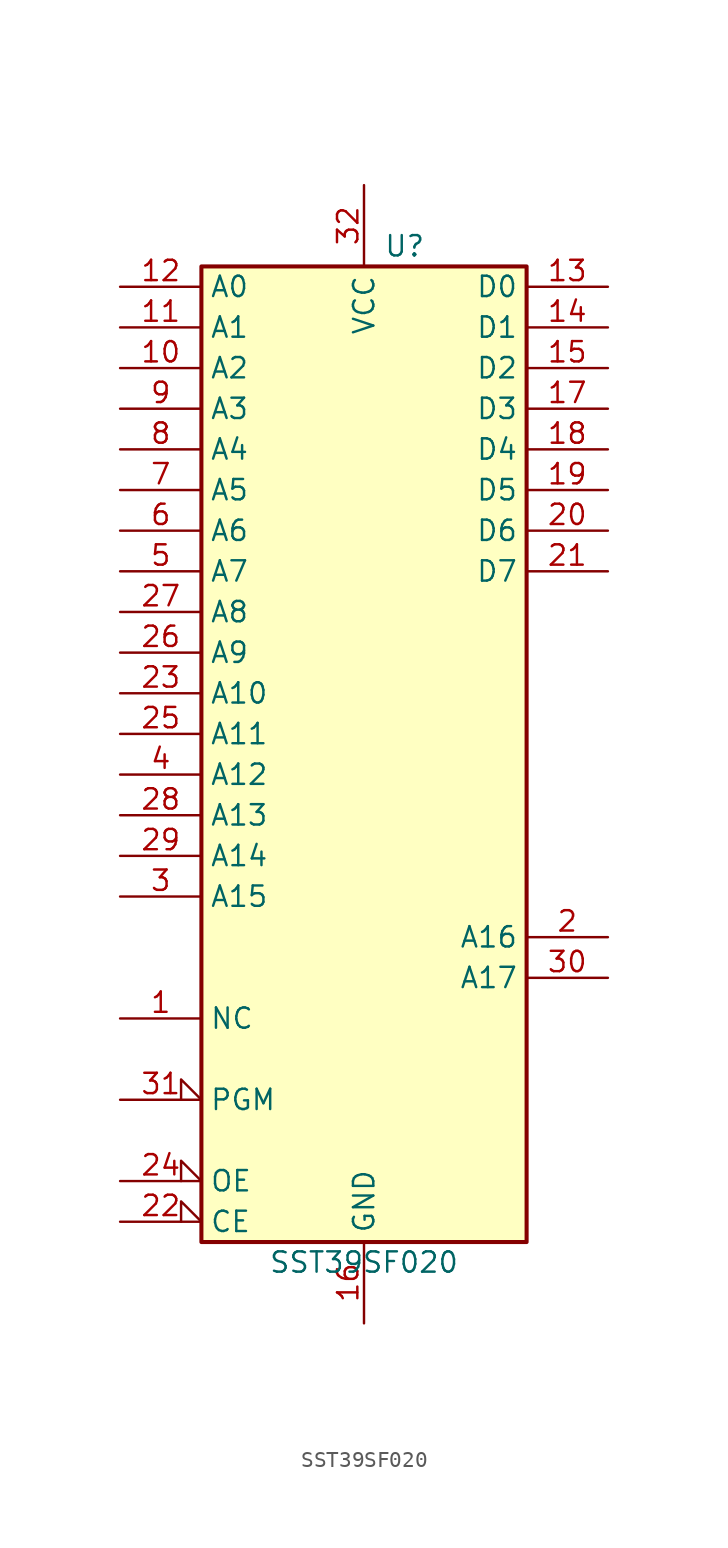
<source format=kicad_sym>
(kicad_symbol_lib
  (version 20220914)
  (generator kicad_symbol_editor)
  (symbol "SST39SF020"
    (property "Reference" "U"
      (at 2.54 33.02 0)
      (effects (font (size 1.27 1.27))))
    (property "Value" "SST39SF020"
      (at 0 -30.48 0)
      (effects (font (size 1.27 1.27))))
    (symbol "SST39SF020_0_0"
      (pin power_in line (at 0 -34.29 90) (length 5.08) (name "GND" (effects (font (size 1.27 1.27)))) (number "16" (effects (font (size 1.27 1.27)))))
      (pin power_in line (at 0 36.83 270) (length 5.08) (name "VCC" (effects (font (size 1.27 1.27)))) (number "32" (effects (font (size 1.27 1.27))))))
    (symbol "SST39SF020_0_1"
      (rectangle (start -10.16 31.75) (end 10.16 -29.21) (stroke (width 0.254) (type default)) (fill (type background))))
    (symbol "SST39SF020_1_1"
      (pin input line (at -15.24 -15.24 0) (length 5.08) (name "NC" (effects (font (size 1.27 1.27)))) (number "1" (effects (font (size 1.27 1.27)))))
      (pin input line (at -15.24 25.4 0) (length 5.08) (name "A2" (effects (font (size 1.27 1.27)))) (number "10" (effects (font (size 1.27 1.27)))))
      (pin input line (at -15.24 27.94 0) (length 5.08) (name "A1" (effects (font (size 1.27 1.27)))) (number "11" (effects (font (size 1.27 1.27)))))
      (pin input line (at -15.24 30.48 0) (length 5.08) (name "A0" (effects (font (size 1.27 1.27)))) (number "12" (effects (font (size 1.27 1.27)))))
      (pin tri_state line (at 15.24 30.48 180) (length 5.08) (name "D0" (effects (font (size 1.27 1.27)))) (number "13" (effects (font (size 1.27 1.27)))))
      (pin tri_state line (at 15.24 27.94 180) (length 5.08) (name "D1" (effects (font (size 1.27 1.27)))) (number "14" (effects (font (size 1.27 1.27)))))
      (pin tri_state line (at 15.24 25.4 180) (length 5.08) (name "D2" (effects (font (size 1.27 1.27)))) (number "15" (effects (font (size 1.27 1.27)))))
      (pin tri_state line (at 15.24 22.86 180) (length 5.08) (name "D3" (effects (font (size 1.27 1.27)))) (number "17" (effects (font (size 1.27 1.27)))))
      (pin tri_state line (at 15.24 20.32 180) (length 5.08) (name "D4" (effects (font (size 1.27 1.27)))) (number "18" (effects (font (size 1.27 1.27)))))
      (pin tri_state line (at 15.24 17.78 180) (length 5.08) (name "D5" (effects (font (size 1.27 1.27)))) (number "19" (effects (font (size 1.27 1.27)))))
      (pin input line (at 15.24 -10.16 180) (length 5.08) (name "A16" (effects (font (size 1.27 1.27)))) (number "2" (effects (font (size 1.27 1.27)))))
      (pin tri_state line (at 15.24 15.24 180) (length 5.08) (name "D6" (effects (font (size 1.27 1.27)))) (number "20" (effects (font (size 1.27 1.27)))))
      (pin tri_state line (at 15.24 12.7 180) (length 5.08) (name "D7" (effects (font (size 1.27 1.27)))) (number "21" (effects (font (size 1.27 1.27)))))
      (pin input input_low (at -15.24 -27.94 0) (length 5.08) (name "CE" (effects (font (size 1.27 1.27)))) (number "22" (effects (font (size 1.27 1.27)))))
      (pin input line (at -15.24 5.08 0) (length 5.08) (name "A10" (effects (font (size 1.27 1.27)))) (number "23" (effects (font (size 1.27 1.27)))))
      (pin input input_low (at -15.24 -25.4 0) (length 5.08) (name "OE" (effects (font (size 1.27 1.27)))) (number "24" (effects (font (size 1.27 1.27)))))
      (pin input line (at -15.24 2.54 0) (length 5.08) (name "A11" (effects (font (size 1.27 1.27)))) (number "25" (effects (font (size 1.27 1.27)))))
      (pin input line (at -15.24 7.62 0) (length 5.08) (name "A9" (effects (font (size 1.27 1.27)))) (number "26" (effects (font (size 1.27 1.27)))))
      (pin input line (at -15.24 10.16 0) (length 5.08) (name "A8" (effects (font (size 1.27 1.27)))) (number "27" (effects (font (size 1.27 1.27)))))
      (pin input line (at -15.24 -2.54 0) (length 5.08) (name "A13" (effects (font (size 1.27 1.27)))) (number "28" (effects (font (size 1.27 1.27)))))
      (pin input line (at -15.24 -5.08 0) (length 5.08) (name "A14" (effects (font (size 1.27 1.27)))) (number "29" (effects (font (size 1.27 1.27)))))
      (pin input line (at -15.24 -7.62 0) (length 5.08) (name "A15" (effects (font (size 1.27 1.27)))) (number "3" (effects (font (size 1.27 1.27)))))
      (pin input line (at 15.24 -12.7 180) (length 5.08) (name "A17" (effects (font (size 1.27 1.27)))) (number "30" (effects (font (size 1.27 1.27)))))
      (pin input input_low (at -15.24 -20.32 0) (length 5.08) (name "PGM" (effects (font (size 1.27 1.27)))) (number "31" (effects (font (size 1.27 1.27)))))
      (pin input line (at -15.24 0 0) (length 5.08) (name "A12" (effects (font (size 1.27 1.27)))) (number "4" (effects (font (size 1.27 1.27)))))
      (pin input line (at -15.24 12.7 0) (length 5.08) (name "A7" (effects (font (size 1.27 1.27)))) (number "5" (effects (font (size 1.27 1.27)))))
      (pin input line (at -15.24 15.24 0) (length 5.08) (name "A6" (effects (font (size 1.27 1.27)))) (number "6" (effects (font (size 1.27 1.27)))))
      (pin input line (at -15.24 17.78 0) (length 5.08) (name "A5" (effects (font (size 1.27 1.27)))) (number "7" (effects (font (size 1.27 1.27)))))
      (pin input line (at -15.24 20.32 0) (length 5.08) (name "A4" (effects (font (size 1.27 1.27)))) (number "8" (effects (font (size 1.27 1.27)))))
      (pin input line (at -15.24 22.86 0) (length 5.08) (name "A3" (effects (font (size 1.27 1.27)))) (number "9" (effects (font (size 1.27 1.27))))))))
</source>
